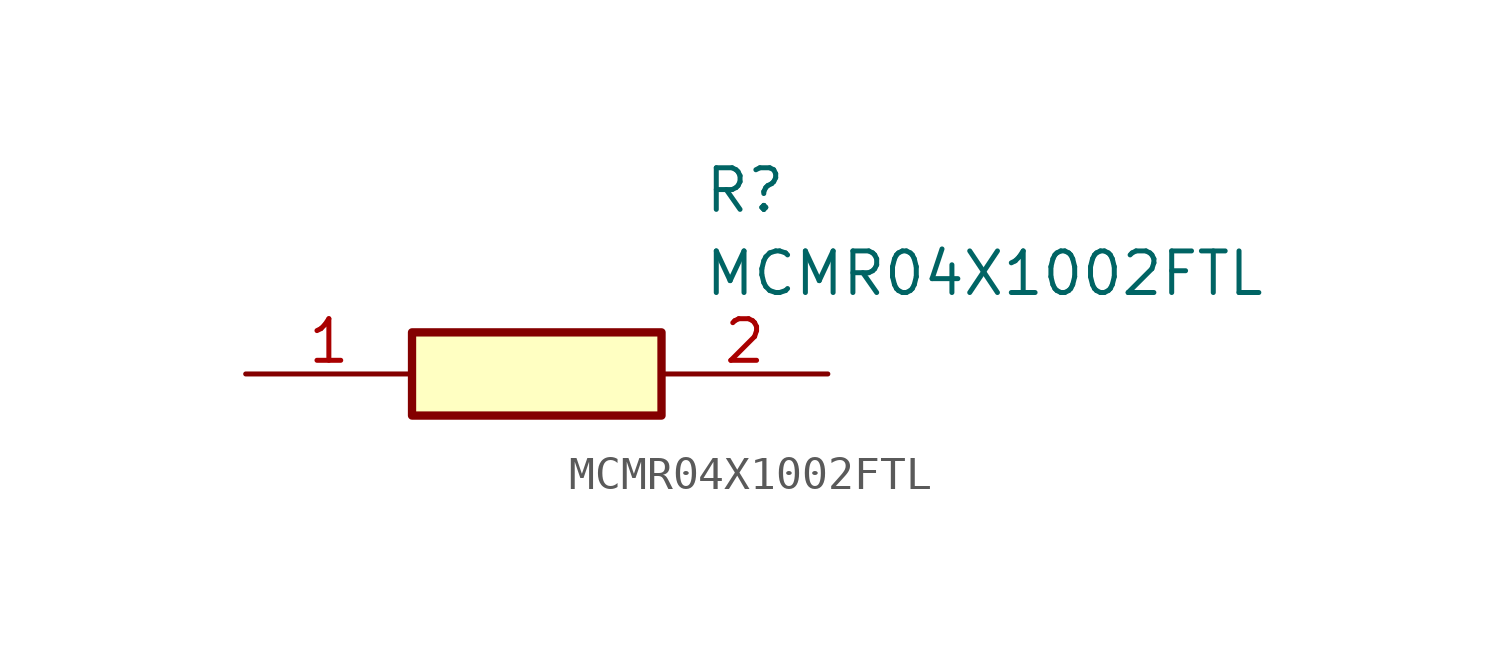
<source format=kicad_sym>
(kicad_symbol_lib
  (version 20211014)
  (generator SamacSys_ECAD_Model)
  (symbol "MCMR04X1002FTL"
    (pin_names hide)
    (property "Reference" "R"
      (at 13.97 6.35 0)
      (effects (font (size 1.27 1.27)) (justify left top)))
    (property "Value" "MCMR04X1002FTL"
      (at 13.97 3.81 0)
      (effects (font (size 1.27 1.27)) (justify left top)))
    (rectangle
      (start 5.08 1.27)
      (end 12.7 -1.27)
      (stroke (width 0.254) (type default))
      (fill (type background)))
    (pin passive line
      (at 0 0 0)
      (length 5.08)
      (name "1" (effects (font (size 1.27 1.27))))
      (number "1" (effects (font (size 1.27 1.27)))))
    (pin passive line
      (at 17.78 0 180)
      (length 5.08)
      (name "2" (effects (font (size 1.27 1.27))))
      (number "2" (effects (font (size 1.27 1.27)))))))
</source>
